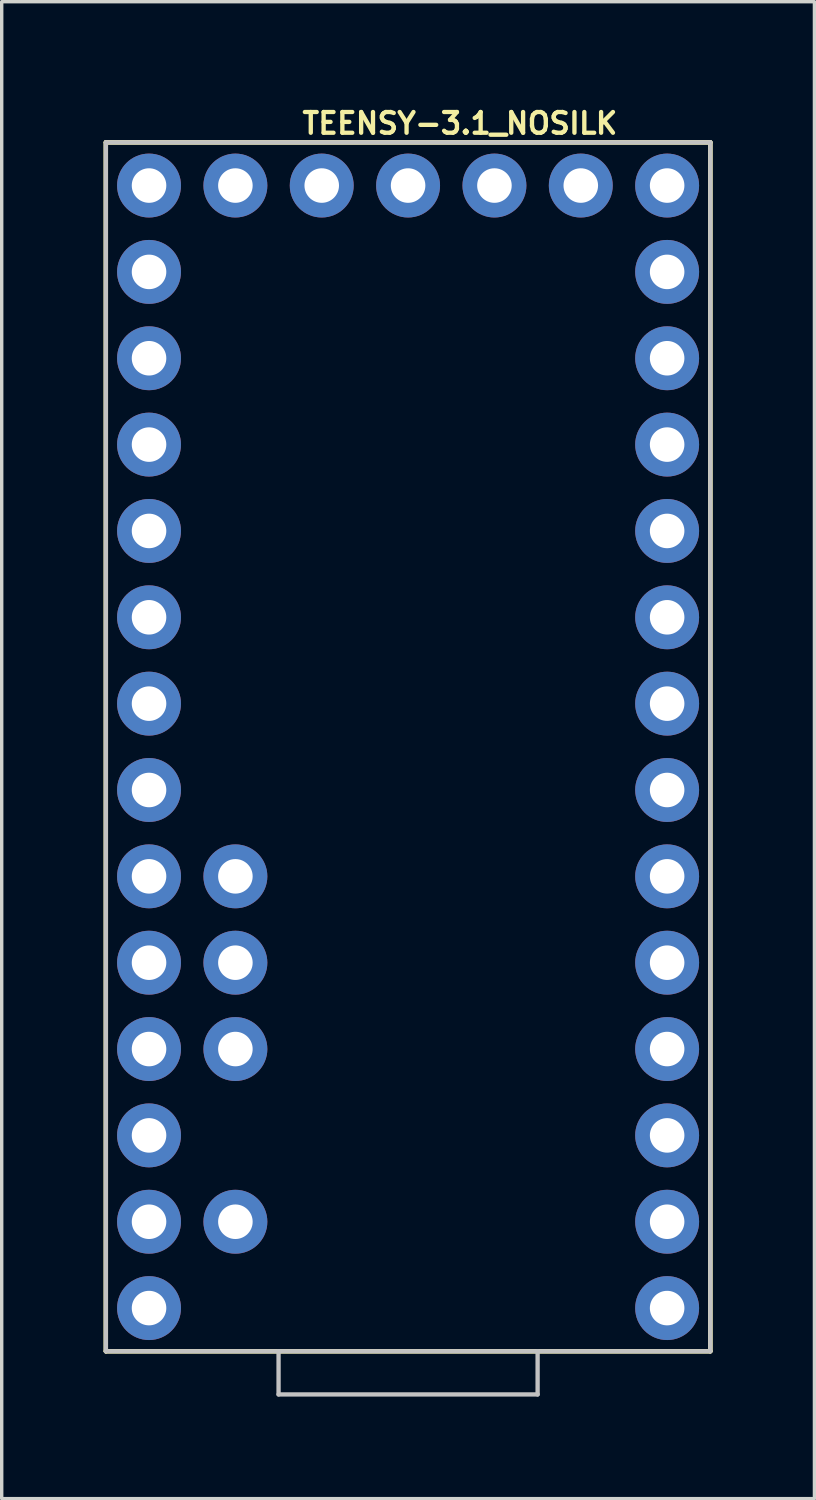
<source format=kicad_pcb>
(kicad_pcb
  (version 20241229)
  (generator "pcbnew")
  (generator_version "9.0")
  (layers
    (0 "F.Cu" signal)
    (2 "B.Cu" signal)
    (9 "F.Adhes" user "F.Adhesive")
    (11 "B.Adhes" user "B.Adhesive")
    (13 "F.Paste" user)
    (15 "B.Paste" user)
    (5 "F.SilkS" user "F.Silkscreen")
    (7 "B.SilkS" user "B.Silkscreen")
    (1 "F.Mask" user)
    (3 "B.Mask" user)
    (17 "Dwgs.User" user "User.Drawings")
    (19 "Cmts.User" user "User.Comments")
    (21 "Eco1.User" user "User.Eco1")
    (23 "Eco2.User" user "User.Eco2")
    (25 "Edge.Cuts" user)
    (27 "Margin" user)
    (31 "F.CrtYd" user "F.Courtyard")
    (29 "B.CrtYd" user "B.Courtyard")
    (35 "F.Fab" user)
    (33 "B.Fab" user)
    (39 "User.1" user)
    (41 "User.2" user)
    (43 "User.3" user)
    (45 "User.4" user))
  (footprint "TEENSY-3.1_NOSILK"
    (layer "F.Cu")
    (at 8.954 18.918)
    (property "Reference" "TEENSY-3.1_NOSILK" (at 1.524 -18.339 0) (layer "F.SilkS") (effects (font (size 0.61 0.61) (thickness 0.127))))
    (attr exclude_from_pos_files exclude_from_bom)
    (fp_line (start -8.89 -17.78) (end 8.89 -17.78) (stroke (width 0.127) (type solid)) (layer "F.SilkS"))
    (fp_line (start -8.89 -17.78) (end 8.89 -17.78) (stroke (width 0.127) (type solid)) (layer "F.SilkS"))
    (fp_line (start -8.89 17.78) (end -8.89 -17.78) (stroke (width 0.127) (type solid)) (layer "F.SilkS"))
    (fp_line (start -8.89 17.78) (end -8.89 -17.78) (stroke (width 0.127) (type solid)) (layer "F.SilkS"))
    (fp_line (start 8.89 -17.78) (end 8.89 17.78) (stroke (width 0.127) (type solid)) (layer "F.SilkS"))
    (fp_line (start 8.89 -17.78) (end 8.89 17.78) (stroke (width 0.127) (type solid)) (layer "F.SilkS"))
    (fp_line (start 8.89 17.78) (end -8.89 17.78) (stroke (width 0.127) (type solid)) (layer "F.SilkS"))
    (fp_line (start 8.89 17.78) (end -8.89 17.78) (stroke (width 0.127) (type solid)) (layer "F.SilkS"))
    (fp_line (start -8.89 -17.78) (end 8.89 -17.78) (stroke (width 0.127) (type solid)) (layer "Dwgs.User"))
    (fp_line (start -8.89 17.78) (end -8.89 -17.78) (stroke (width 0.127) (type solid)) (layer "Dwgs.User"))
    (fp_line (start -3.81 17.78) (end -8.89 17.78) (stroke (width 0.127) (type solid)) (layer "Dwgs.User"))
    (fp_line (start -3.81 19.05) (end -3.81 17.78) (stroke (width 0.127) (type solid)) (layer "Dwgs.User"))
    (fp_line (start -3.81 19.05) (end 3.81 19.05) (stroke (width 0.127) (type solid)) (layer "Dwgs.User"))
    (fp_line (start 3.81 17.78) (end -3.81 17.78) (stroke (width 0.127) (type solid)) (layer "Dwgs.User"))
    (fp_line (start 3.81 19.05) (end 3.81 17.78) (stroke (width 0.127) (type solid)) (layer "Dwgs.User"))
    (fp_line (start 8.89 -17.78) (end 8.89 17.78) (stroke (width 0.127) (type solid)) (layer "Dwgs.User"))
    (fp_line (start 8.89 17.78) (end 3.81 17.78) (stroke (width 0.127) (type solid)) (layer "Dwgs.User"))
    (pad "0" thru_hole circle (at 7.62 13.97) (size 1.88 1.88) (drill 1.016) (layers "*.Cu" "*.Paste" "*.Mask"))
    (pad "1" thru_hole circle (at 7.62 11.43) (size 1.88 1.88) (drill 1.016) (layers "*.Cu" "*.Paste" "*.Mask"))
    (pad "2" thru_hole circle (at 7.62 8.89) (size 1.88 1.88) (drill 1.016) (layers "*.Cu" "*.Paste" "*.Mask"))
    (pad "3" thru_hole circle (at 7.62 6.35) (size 1.88 1.88) (drill 1.016) (layers "*.Cu" "*.Paste" "*.Mask"))
    (pad "3.3V" thru_hole circle (at 2.54 -16.51) (size 1.88 1.88) (drill 1.016) (layers "*.Cu" "*.Paste" "*.Mask"))
    (pad "3V" thru_hole circle (at -7.62 11.43) (size 1.88 1.88) (drill 1.016) (layers "*.Cu" "*.Paste" "*.Mask"))
    (pad "4" thru_hole circle (at 7.62 3.81) (size 1.88 1.88) (drill 1.016) (layers "*.Cu" "*.Paste" "*.Mask"))
    (pad "5" thru_hole circle (at 7.62 1.27) (size 1.88 1.88) (drill 1.016) (layers "*.Cu" "*.Paste" "*.Mask"))
    (pad "6" thru_hole circle (at 7.62 -1.27) (size 1.88 1.88) (drill 1.016) (layers "*.Cu" "*.Paste" "*.Mask"))
    (pad "7" thru_hole circle (at 7.62 -3.81) (size 1.88 1.88) (drill 1.016) (layers "*.Cu" "*.Paste" "*.Mask"))
    (pad "8" thru_hole circle (at 7.62 -6.35) (size 1.88 1.88) (drill 1.016) (layers "*.Cu" "*.Paste" "*.Mask"))
    (pad "9" thru_hole circle (at 7.62 -8.89) (size 1.88 1.88) (drill 1.016) (layers "*.Cu" "*.Paste" "*.Mask"))
    (pad "10" thru_hole circle (at 7.62 -11.43) (size 1.88 1.88) (drill 1.016) (layers "*.Cu" "*.Paste" "*.Mask"))
    (pad "11" thru_hole circle (at 7.62 -13.97) (size 1.88 1.88) (drill 1.016) (layers "*.Cu" "*.Paste" "*.Mask"))
    (pad "12" thru_hole circle (at 7.62 -16.51) (size 1.88 1.88) (drill 1.016) (layers "*.Cu" "*.Paste" "*.Mask"))
    (pad "13" thru_hole circle (at -7.62 -16.51) (size 1.88 1.88) (drill 1.016) (layers "*.Cu" "*.Paste" "*.Mask"))
    (pad "14" thru_hole circle (at -7.62 -13.97) (size 1.88 1.88) (drill 1.016) (layers "*.Cu" "*.Paste" "*.Mask"))
    (pad "15" thru_hole circle (at -7.62 -11.43) (size 1.88 1.88) (drill 1.016) (layers "*.Cu" "*.Paste" "*.Mask"))
    (pad "16" thru_hole circle (at -7.62 -8.89) (size 1.88 1.88) (drill 1.016) (layers "*.Cu" "*.Paste" "*.Mask"))
    (pad "17" thru_hole circle (at -7.62 -6.35) (size 1.88 1.88) (drill 1.016) (layers "*.Cu" "*.Paste" "*.Mask"))
    (pad "18" thru_hole circle (at -7.62 -3.81) (size 1.88 1.88) (drill 1.016) (layers "*.Cu" "*.Paste" "*.Mask"))
    (pad "19" thru_hole circle (at -7.62 -1.27) (size 1.88 1.88) (drill 1.016) (layers "*.Cu" "*.Paste" "*.Mask"))
    (pad "20" thru_hole circle (at -7.62 1.27) (size 1.88 1.88) (drill 1.016) (layers "*.Cu" "*.Paste" "*.Mask"))
    (pad "21" thru_hole circle (at -7.62 3.81) (size 1.88 1.88) (drill 1.016) (layers "*.Cu" "*.Paste" "*.Mask"))
    (pad "22" thru_hole circle (at -7.62 6.35) (size 1.88 1.88) (drill 1.016) (layers "*.Cu" "*.Paste" "*.Mask"))
    (pad "23" thru_hole circle (at -7.62 8.89) (size 1.88 1.88) (drill 1.016) (layers "*.Cu" "*.Paste" "*.Mask"))
    (pad "A10" thru_hole circle (at -5.08 6.35) (size 1.88 1.88) (drill 1.016) (layers "*.Cu" "*.Paste" "*.Mask"))
    (pad "A11" thru_hole circle (at -5.08 3.81) (size 1.88 1.88) (drill 1.016) (layers "*.Cu" "*.Paste" "*.Mask"))
    (pad "A14/" thru_hole circle (at -5.08 -16.51) (size 1.88 1.88) (drill 1.016) (layers "*.Cu" "*.Paste" "*.Mask"))
    (pad "AGND" thru_hole circle (at -7.62 13.97) (size 1.88 1.88) (drill 1.016) (layers "*.Cu" "*.Paste" "*.Mask"))
    (pad "AREF" thru_hole circle (at -5.08 8.89) (size 1.88 1.88) (drill 1.016) (layers "*.Cu" "*.Paste" "*.Mask"))
    (pad "GND" thru_hole circle (at 0 -16.51) (size 1.88 1.88) (drill 1.016) (layers "*.Cu" "*.Paste" "*.Mask"))
    (pad "GND1" thru_hole circle (at 7.62 16.51) (size 1.88 1.88) (drill 1.016) (layers "*.Cu" "*.Paste" "*.Mask"))
    (pad "PROG" thru_hole circle (at -2.54 -16.51) (size 1.88 1.88) (drill 1.016) (layers "*.Cu" "*.Paste" "*.Mask"))
    (pad "VBAT" thru_hole circle (at 5.08 -16.51) (size 1.88 1.88) (drill 1.016) (layers "*.Cu" "*.Paste" "*.Mask"))
    (pad "VIN" thru_hole circle (at -7.62 16.51) (size 1.88 1.88) (drill 1.016) (layers "*.Cu" "*.Paste" "*.Mask"))
    (pad "VUSB" thru_hole circle (at -5.08 13.97) (size 1.88 1.88) (drill 1.016) (layers "*.Cu" "*.Paste" "*.Mask")))
  (gr_rect
    (start -3 -3)
    (end 20.907 41.032)
    (stroke (width 0.1) (type default))
    (fill no)
    (layer "Edge.Cuts")))
</source>
